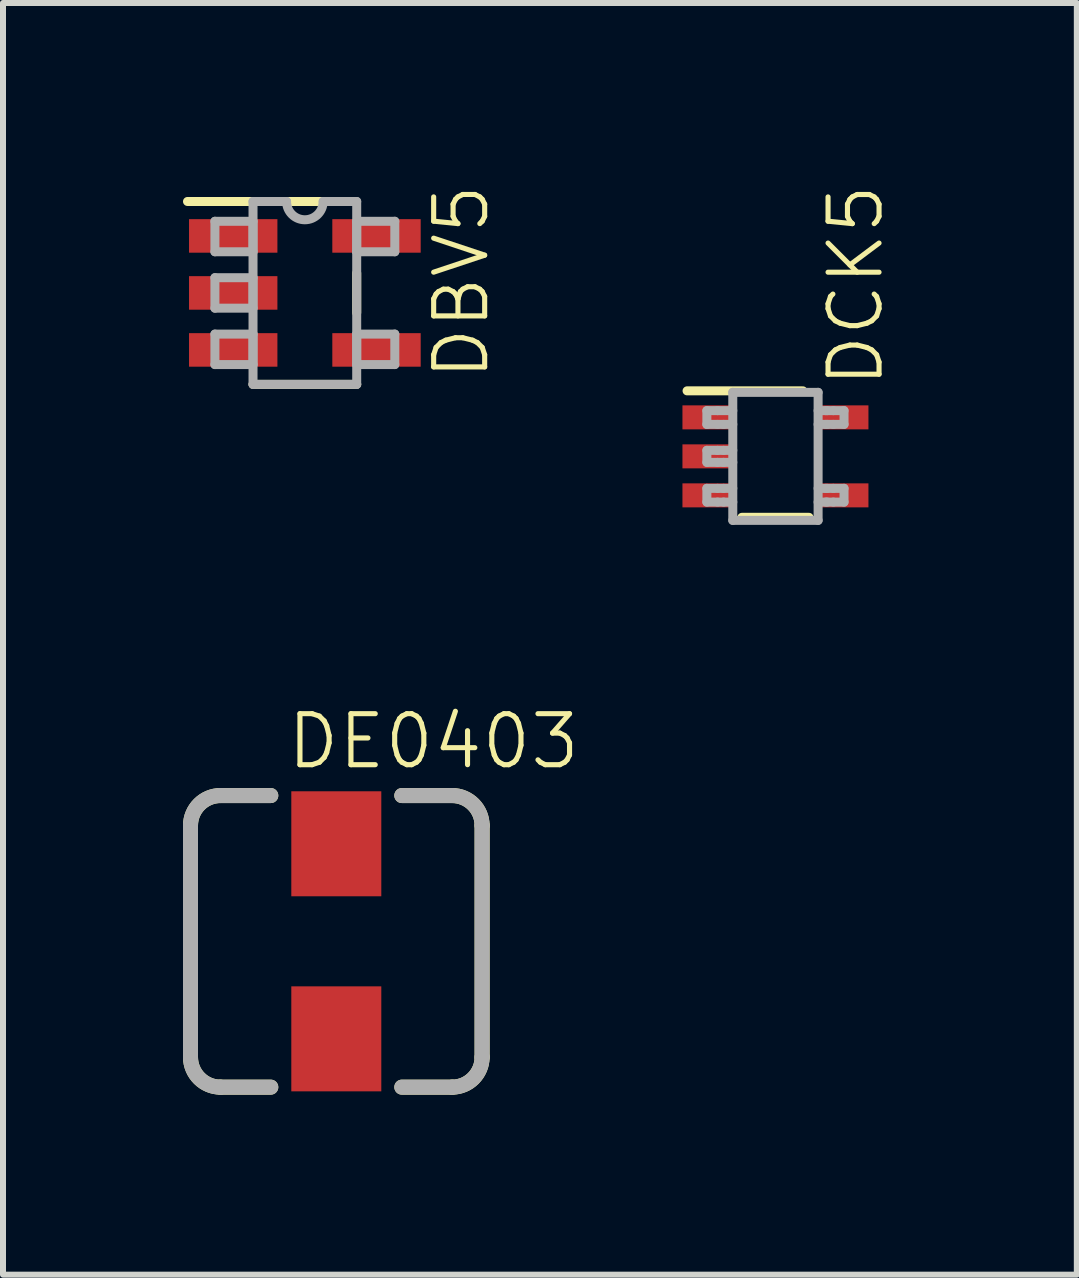
<source format=kicad_pcb>
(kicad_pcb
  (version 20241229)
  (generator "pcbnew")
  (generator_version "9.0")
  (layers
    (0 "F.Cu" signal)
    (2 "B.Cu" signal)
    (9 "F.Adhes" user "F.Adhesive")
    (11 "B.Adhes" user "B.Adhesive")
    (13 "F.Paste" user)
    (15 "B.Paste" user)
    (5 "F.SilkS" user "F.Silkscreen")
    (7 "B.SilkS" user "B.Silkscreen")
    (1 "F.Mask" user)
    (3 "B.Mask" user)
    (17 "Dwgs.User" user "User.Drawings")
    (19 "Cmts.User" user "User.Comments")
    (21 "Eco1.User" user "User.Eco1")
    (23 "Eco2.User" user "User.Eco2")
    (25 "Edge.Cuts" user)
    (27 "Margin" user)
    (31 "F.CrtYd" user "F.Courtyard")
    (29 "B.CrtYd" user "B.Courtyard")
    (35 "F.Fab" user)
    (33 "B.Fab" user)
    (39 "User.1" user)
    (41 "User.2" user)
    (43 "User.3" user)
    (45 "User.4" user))
  (footprint "DE0403"
    (layer "F.Cu")
    (at 2.555 12.639)
    (property "Reference" "DE0403" (at -0.864 -2.836 0) (layer "F.SilkS") (effects (font (size 0.85 0.85) (thickness 0.085)) (justify left bottom)))
    (attr smd)
    (fp_line (start -2.43 1.93) (end -2.43 -1.93) (stroke (width 0.25) (type solid)) (layer "F.SilkS"))
    (fp_line (start -1.092 -2.43) (end -1.93 -2.43) (stroke (width 0.25) (type solid)) (layer "F.SilkS"))
    (fp_line (start -1.092 2.43) (end -1.93 2.43) (stroke (width 0.25) (type solid)) (layer "F.SilkS"))
    (fp_line (start 1.092 -2.43) (end 1.93 -2.43) (stroke (width 0.25) (type solid)) (layer "F.SilkS"))
    (fp_line (start 1.092 2.43) (end 1.93 2.43) (stroke (width 0.25) (type solid)) (layer "F.SilkS"))
    (fp_line (start 2.43 -1.93) (end 2.43 1.93) (stroke (width 0.25) (type solid)) (layer "F.SilkS"))
    (fp_arc (start -2.43 -1.93) (mid -2.283553 -2.283553) (end -1.93 -2.43) (stroke (width 0.25) (type solid)) (layer "F.SilkS"))
    (fp_arc (start -1.93 2.43) (mid -2.283553 2.283553) (end -2.43 1.93) (stroke (width 0.25) (type solid)) (layer "F.SilkS"))
    (fp_arc (start 1.93 -2.43) (mid 2.283553 -2.283553) (end 2.43 -1.93) (stroke (width 0.25) (type solid)) (layer "F.SilkS"))
    (fp_arc (start 2.43 1.93) (mid 2.283553 2.283553) (end 1.93 2.43) (stroke (width 0.25) (type solid)) (layer "F.SilkS"))
    (fp_line (start -2.43 1.93) (end -2.43 -1.93) (stroke (width 0.25) (type solid)) (layer "F.Fab"))
    (fp_line (start -1.092 -2.43) (end -1.93 -2.43) (stroke (width 0.25) (type solid)) (layer "F.Fab"))
    (fp_line (start -1.092 2.43) (end -1.93 2.43) (stroke (width 0.25) (type solid)) (layer "F.Fab"))
    (fp_line (start 1.092 -2.43) (end 1.93 -2.43) (stroke (width 0.25) (type solid)) (layer "F.Fab"))
    (fp_line (start 1.092 2.43) (end 1.93 2.43) (stroke (width 0.25) (type solid)) (layer "F.Fab"))
    (fp_line (start 2.43 -1.93) (end 2.43 1.93) (stroke (width 0.25) (type solid)) (layer "F.Fab"))
    (fp_arc (start -2.43 -1.93) (mid -2.283553 -2.283553) (end -1.93 -2.43) (stroke (width 0.25) (type solid)) (layer "F.Fab"))
    (fp_arc (start -1.93 2.43) (mid -2.283553 2.283553) (end -2.43 1.93) (stroke (width 0.25) (type solid)) (layer "F.Fab"))
    (fp_arc (start 1.93 -2.43) (mid 2.283553 -2.283553) (end 2.43 -1.93) (stroke (width 0.25) (type solid)) (layer "F.Fab"))
    (fp_arc (start 2.43 1.93) (mid 2.283553 2.283553) (end 1.93 2.43) (stroke (width 0.25) (type solid)) (layer "F.Fab"))
    (pad "1" smd rect (at 0 -1.626) (size 1.5 1.75) (layers "F.Cu" "F.Mask" "F.Paste"))
    (pad "2" smd rect (at 0 1.625) (size 1.5 1.75) (layers "F.Cu" "F.Mask" "F.Paste")))
  (footprint "DCK5"
    (layer "F.Cu")
    (at 9.874 4.556)
    (property "Reference" "DCK5" (at 1.835 -1.111 90) (layer "F.SilkS") (effects (font (size 0.85 0.85) (thickness 0.085)) (justify left bottom)))
    (attr smd)
    (fp_line (start -1.473 -1.092) (end 0.457 -1.092) (stroke (width 0.15) (type solid)) (layer "F.SilkS"))
    (fp_line (start -0.559 1.016) (end 0.559 1.016) (stroke (width 0.15) (type solid)) (layer "F.SilkS"))
    (fp_line (start -1.143 -0.762) (end -0.965 -0.762) (stroke (width 0.15) (type solid)) (layer "F.Fab"))
    (fp_line (start -1.143 -0.533) (end -1.143 -0.762) (stroke (width 0.15) (type solid)) (layer "F.Fab"))
    (fp_line (start -1.143 -0.533) (end -0.965 -0.533) (stroke (width 0.15) (type solid)) (layer "F.Fab"))
    (fp_line (start -1.143 -0.1) (end -0.965 -0.1) (stroke (width 0.15) (type solid)) (layer "F.Fab"))
    (fp_line (start -1.143 0.1) (end -1.143 -0.1) (stroke (width 0.15) (type solid)) (layer "F.Fab"))
    (fp_line (start -1.143 0.1) (end -0.965 0.1) (stroke (width 0.15) (type solid)) (layer "F.Fab"))
    (fp_line (start -1.143 0.533) (end -0.965 0.533) (stroke (width 0.15) (type solid)) (layer "F.Fab"))
    (fp_line (start -1.143 0.762) (end -1.143 0.533) (stroke (width 0.15) (type solid)) (layer "F.Fab"))
    (fp_line (start -1.143 0.762) (end -0.965 0.762) (stroke (width 0.15) (type solid)) (layer "F.Fab"))
    (fp_line (start -0.965 -0.762) (end -0.711 -0.762) (stroke (width 0.15) (type solid)) (layer "F.Fab"))
    (fp_line (start -0.965 -0.533) (end -0.864 -0.533) (stroke (width 0.15) (type solid)) (layer "F.Fab"))
    (fp_line (start -0.965 -0.1) (end -0.864 -0.1) (stroke (width 0.15) (type solid)) (layer "F.Fab"))
    (fp_line (start -0.965 0.1) (end -0.864 0.1) (stroke (width 0.15) (type solid)) (layer "F.Fab"))
    (fp_line (start -0.965 0.533) (end -0.864 0.533) (stroke (width 0.15) (type solid)) (layer "F.Fab"))
    (fp_line (start -0.965 0.762) (end -0.864 0.762) (stroke (width 0.15) (type solid)) (layer "F.Fab"))
    (fp_line (start -0.864 -0.533) (end -0.711 -0.533) (stroke (width 0.15) (type solid)) (layer "F.Fab"))
    (fp_line (start -0.864 -0.1) (end -0.711 -0.1) (stroke (width 0.15) (type solid)) (layer "F.Fab"))
    (fp_line (start -0.864 0.1) (end -0.711 0.1) (stroke (width 0.15) (type solid)) (layer "F.Fab"))
    (fp_line (start -0.864 0.533) (end -0.711 0.533) (stroke (width 0.15) (type solid)) (layer "F.Fab"))
    (fp_line (start -0.864 0.762) (end -0.711 0.762) (stroke (width 0.15) (type solid)) (layer "F.Fab"))
    (fp_line (start -0.711 -1.067) (end 0.711 -1.067) (stroke (width 0.15) (type solid)) (layer "F.Fab"))
    (fp_line (start -0.711 1.067) (end -0.711 -1.067) (stroke (width 0.15) (type solid)) (layer "F.Fab"))
    (fp_line (start -0.711 1.067) (end 0.711 1.067) (stroke (width 0.15) (type solid)) (layer "F.Fab"))
    (fp_line (start 0.711 -0.762) (end 0.838 -0.762) (stroke (width 0.15) (type solid)) (layer "F.Fab"))
    (fp_line (start 0.711 -0.533) (end 0.838 -0.533) (stroke (width 0.15) (type solid)) (layer "F.Fab"))
    (fp_line (start 0.711 0.533) (end 0.838 0.533) (stroke (width 0.15) (type solid)) (layer "F.Fab"))
    (fp_line (start 0.711 0.762) (end 0.838 0.762) (stroke (width 0.15) (type solid)) (layer "F.Fab"))
    (fp_line (start 0.711 1.067) (end 0.711 -1.067) (stroke (width 0.15) (type solid)) (layer "F.Fab"))
    (fp_line (start 0.838 -0.762) (end 0.864 -0.762) (stroke (width 0.15) (type solid)) (layer "F.Fab"))
    (fp_line (start 0.838 -0.533) (end 0.864 -0.533) (stroke (width 0.15) (type solid)) (layer "F.Fab"))
    (fp_line (start 0.838 0.533) (end 0.864 0.533) (stroke (width 0.15) (type solid)) (layer "F.Fab"))
    (fp_line (start 0.838 0.762) (end 0.864 0.762) (stroke (width 0.15) (type solid)) (layer "F.Fab"))
    (fp_line (start 0.864 -0.762) (end 0.965 -0.762) (stroke (width 0.15) (type solid)) (layer "F.Fab"))
    (fp_line (start 0.864 -0.533) (end 0.965 -0.533) (stroke (width 0.15) (type solid)) (layer "F.Fab"))
    (fp_line (start 0.864 0.533) (end 0.965 0.533) (stroke (width 0.15) (type solid)) (layer "F.Fab"))
    (fp_line (start 0.864 0.762) (end 0.965 0.762) (stroke (width 0.15) (type solid)) (layer "F.Fab"))
    (fp_line (start 0.965 -0.762) (end 1.143 -0.762) (stroke (width 0.15) (type solid)) (layer "F.Fab"))
    (fp_line (start 0.965 -0.533) (end 1.143 -0.533) (stroke (width 0.15) (type solid)) (layer "F.Fab"))
    (fp_line (start 0.965 0.533) (end 1.143 0.533) (stroke (width 0.15) (type solid)) (layer "F.Fab"))
    (fp_line (start 0.965 0.762) (end 1.143 0.762) (stroke (width 0.15) (type solid)) (layer "F.Fab"))
    (fp_line (start 1.143 -0.533) (end 1.143 -0.762) (stroke (width 0.15) (type solid)) (layer "F.Fab"))
    (fp_line (start 1.143 0.762) (end 1.143 0.533) (stroke (width 0.15) (type solid)) (layer "F.Fab"))
    (pad "1" smd rect (at -1.125 -0.65 90) (size 0.4 0.85) (layers "F.Cu" "F.Mask" "F.Paste"))
    (pad "2" smd rect (at -1.125 0 90) (size 0.4 0.85) (layers "F.Cu" "F.Mask" "F.Paste"))
    (pad "3" smd rect (at -1.125 0.65 90) (size 0.4 0.85) (layers "F.Cu" "F.Mask" "F.Paste"))
    (pad "4" smd rect (at 1.125 0.65 90) (size 0.4 0.85) (layers "F.Cu" "F.Mask" "F.Paste"))
    (pad "5" smd rect (at 1.125 -0.65 90) (size 0.4 0.85) (layers "F.Cu" "F.Mask" "F.Paste")))
  (footprint "DBV5"
    (layer "F.Cu")
    (at 2.031 1.832)
    (property "Reference" "DBV5" (at 3.105 1.491 90) (layer "F.SilkS") (effects (font (size 0.85 0.85) (thickness 0.085)) (justify left bottom)))
    (attr smd)
    (fp_line (start -0.864 1.524) (end 0.864 1.524) (stroke (width 0.15) (type solid)) (layer "F.SilkS"))
    (fp_line (start 0.305 -1.524) (end -1.956 -1.524) (stroke (width 0.15) (type solid)) (layer "F.SilkS"))
    (fp_line (start 0.864 0.33) (end 0.864 -0.33) (stroke (width 0.15) (type solid)) (layer "F.SilkS"))
    (fp_line (start -1.499 -1.194) (end -1.499 -0.686) (stroke (width 0.15) (type solid)) (layer "F.Fab"))
    (fp_line (start -1.499 -0.686) (end -0.864 -0.686) (stroke (width 0.15) (type solid)) (layer "F.Fab"))
    (fp_line (start -1.499 -0.254) (end -1.499 0.254) (stroke (width 0.15) (type solid)) (layer "F.Fab"))
    (fp_line (start -1.499 0.254) (end -0.864 0.254) (stroke (width 0.15) (type solid)) (layer "F.Fab"))
    (fp_line (start -1.499 0.686) (end -1.499 1.194) (stroke (width 0.15) (type solid)) (layer "F.Fab"))
    (fp_line (start -1.499 1.194) (end -0.864 1.194) (stroke (width 0.15) (type solid)) (layer "F.Fab"))
    (fp_line (start -0.864 -1.524) (end -0.864 1.524) (stroke (width 0.15) (type solid)) (layer "F.Fab"))
    (fp_line (start -0.864 -1.194) (end -1.499 -1.194) (stroke (width 0.15) (type solid)) (layer "F.Fab"))
    (fp_line (start -0.864 -0.686) (end -0.864 -1.194) (stroke (width 0.15) (type solid)) (layer "F.Fab"))
    (fp_line (start -0.864 -0.254) (end -1.499 -0.254) (stroke (width 0.15) (type solid)) (layer "F.Fab"))
    (fp_line (start -0.864 0.254) (end -0.864 -0.254) (stroke (width 0.15) (type solid)) (layer "F.Fab"))
    (fp_line (start -0.864 0.686) (end -1.499 0.686) (stroke (width 0.15) (type solid)) (layer "F.Fab"))
    (fp_line (start -0.864 1.194) (end -0.864 0.686) (stroke (width 0.15) (type solid)) (layer "F.Fab"))
    (fp_line (start -0.864 1.524) (end 0.864 1.524) (stroke (width 0.15) (type solid)) (layer "F.Fab"))
    (fp_line (start -0.305 -1.524) (end -0.864 -1.524) (stroke (width 0.15) (type solid)) (layer "F.Fab"))
    (fp_line (start 0.305 -1.524) (end 0.864 -1.524) (stroke (width 0.15) (type solid)) (layer "F.Fab"))
    (fp_line (start 0.864 -1.194) (end 0.864 -0.686) (stroke (width 0.15) (type solid)) (layer "F.Fab"))
    (fp_line (start 0.864 -0.686) (end 1.499 -0.686) (stroke (width 0.15) (type solid)) (layer "F.Fab"))
    (fp_line (start 0.864 0.686) (end 0.864 1.194) (stroke (width 0.15) (type solid)) (layer "F.Fab"))
    (fp_line (start 0.864 1.194) (end 1.499 1.194) (stroke (width 0.15) (type solid)) (layer "F.Fab"))
    (fp_line (start 0.864 1.524) (end 0.864 -1.524) (stroke (width 0.15) (type solid)) (layer "F.Fab"))
    (fp_line (start 1.499 -1.194) (end 0.864 -1.194) (stroke (width 0.15) (type solid)) (layer "F.Fab"))
    (fp_line (start 1.499 -0.686) (end 1.499 -1.194) (stroke (width 0.15) (type solid)) (layer "F.Fab"))
    (fp_line (start 1.499 0.686) (end 0.864 0.686) (stroke (width 0.15) (type solid)) (layer "F.Fab"))
    (fp_line (start 1.499 1.194) (end 1.499 0.686) (stroke (width 0.15) (type solid)) (layer "F.Fab"))
    (fp_arc (start 0.3048 -1.524) (mid 0 -1.2192) (end -0.3048 -1.524) (stroke (width 0.15) (type solid)) (layer "F.Fab"))
    (pad "1" smd rect (at -1.194 -0.95) (size 1.473 0.559) (layers "F.Cu" "F.Mask" "F.Paste"))
    (pad "2" smd rect (at -1.194 0) (size 1.473 0.559) (layers "F.Cu" "F.Mask" "F.Paste"))
    (pad "3" smd rect (at -1.194 0.95) (size 1.473 0.559) (layers "F.Cu" "F.Mask" "F.Paste"))
    (pad "4" smd rect (at 1.194 0.95) (size 1.473 0.559) (layers "F.Cu" "F.Mask" "F.Paste"))
    (pad "5" smd rect (at 1.194 -0.95) (size 1.473 0.559) (layers "F.Cu" "F.Mask" "F.Paste")))
  (gr_rect
    (start -3 -3)
    (end 14.897 18.194)
    (stroke (width 0.1) (type default))
    (fill no)
    (layer "Edge.Cuts")))
</source>
